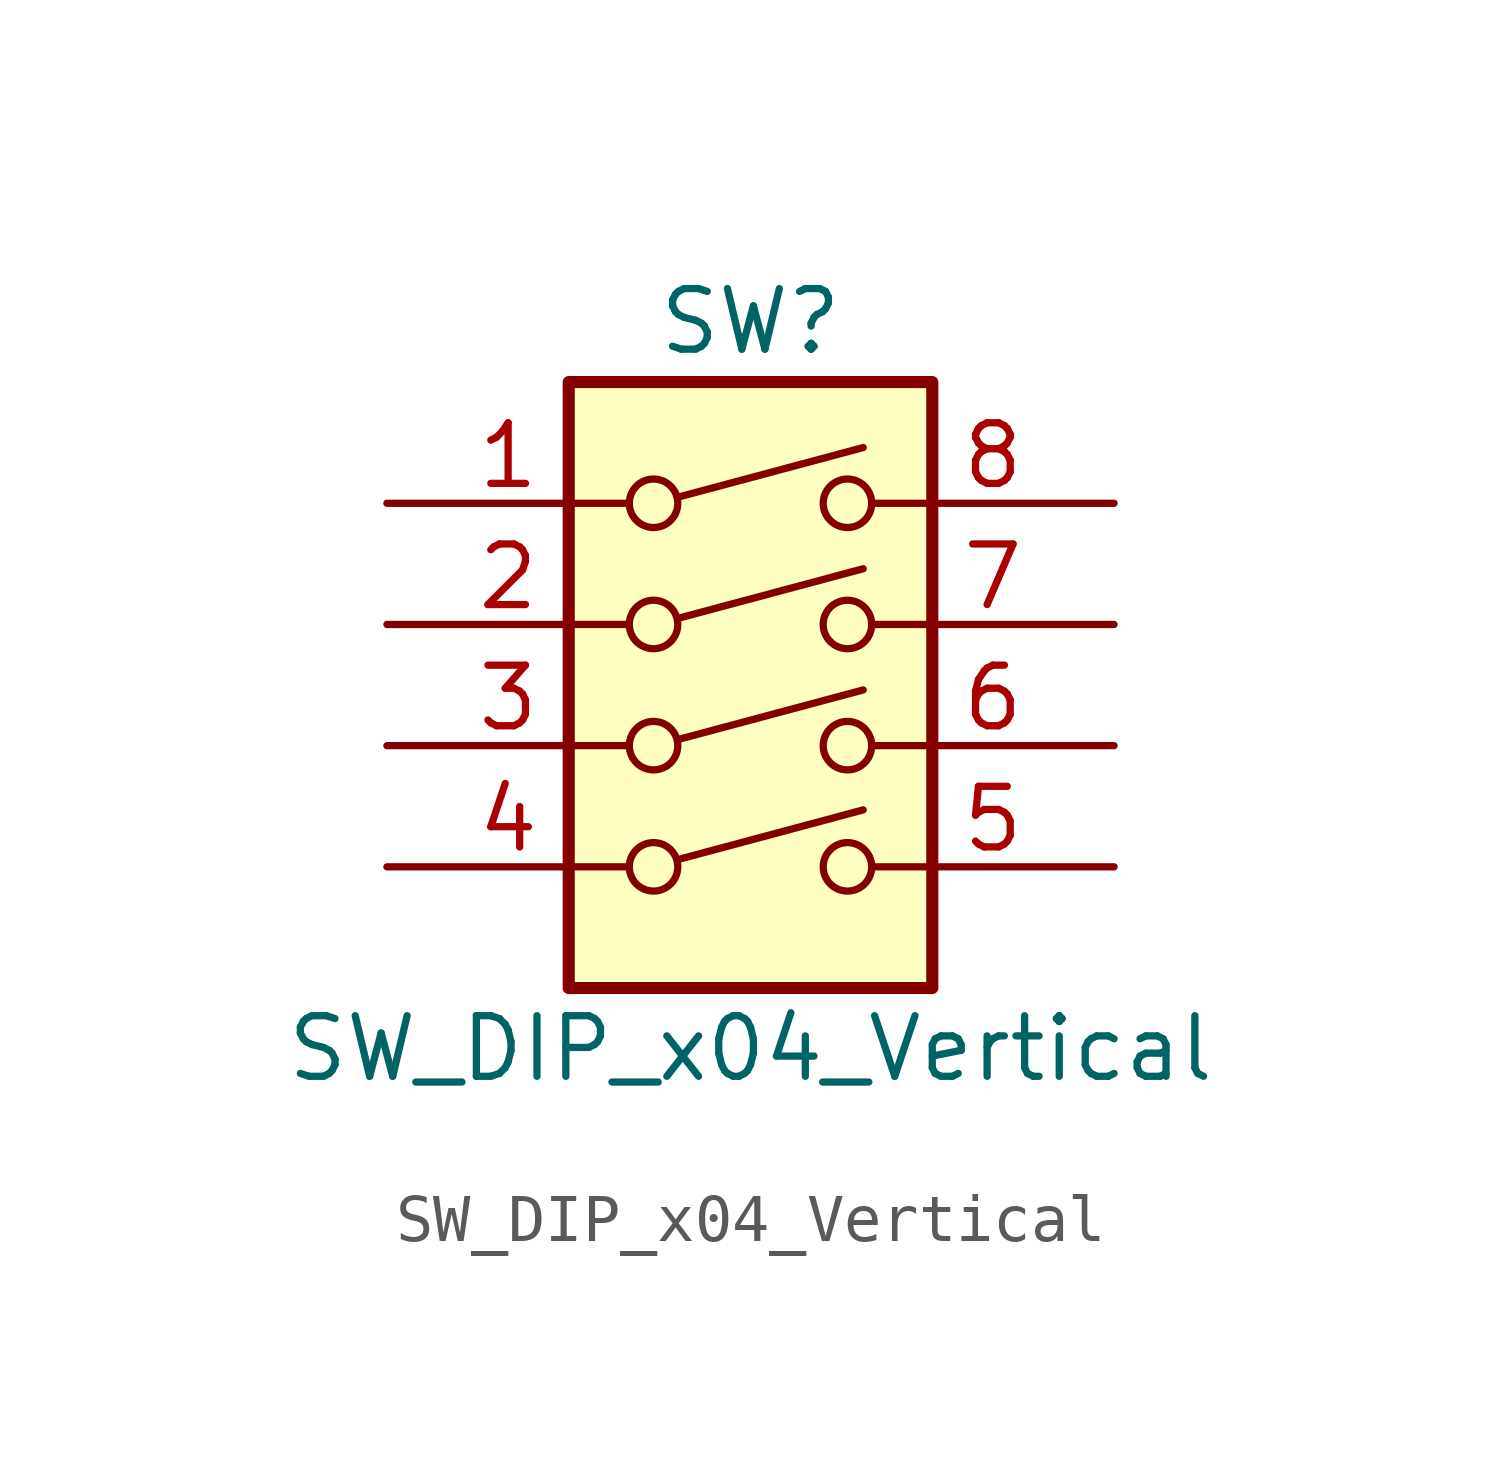
<source format=kicad_sym>
(kicad_symbol_lib
  (version 20220914)
  (generator kicad_symbol_editor)
  (symbol "SW_DIP_x04_Vertical"
    (pin_names
      (offset 0) hide)
    (property "Reference" "SW"
      (at 0 8.89 0)
      (effects (font (size 1.27 1.27))))
    (property "Value" "SW_DIP_x04_Vertical"
      (at 0 -6.35 0)
      (effects (font (size 1.27 1.27))))
    (symbol "SW_DIP_x04_Vertical_0_0"
      (circle (center -2.032 -2.54) (radius 0.508) (stroke (width 0) (type solid)) (fill (type none)))
      (circle (center -2.032 0) (radius 0.508) (stroke (width 0) (type solid)) (fill (type none)))
      (circle (center -2.032 2.54) (radius 0.508) (stroke (width 0) (type solid)) (fill (type none)))
      (circle (center -2.032 5.08) (radius 0.508) (stroke (width 0) (type solid)) (fill (type none)))
      (polyline (pts (xy -1.524 -2.388) (xy 2.362 -1.346)) (stroke (width 0) (type solid)) (fill (type none)))
      (polyline (pts (xy -1.524 0.127) (xy 2.362 1.168)) (stroke (width 0) (type solid)) (fill (type none)))
      (polyline (pts (xy -1.524 2.667) (xy 2.362 3.708)) (stroke (width 0) (type solid)) (fill (type none)))
      (polyline (pts (xy -1.524 5.207) (xy 2.362 6.248)) (stroke (width 0) (type solid)) (fill (type none)))
      (circle (center 2.032 -2.54) (radius 0.508) (stroke (width 0) (type solid)) (fill (type none)))
      (circle (center 2.032 0) (radius 0.508) (stroke (width 0) (type solid)) (fill (type none)))
      (circle (center 2.032 2.54) (radius 0.508) (stroke (width 0) (type solid)) (fill (type none)))
      (circle (center 2.032 5.08) (radius 0.508) (stroke (width 0) (type solid)) (fill (type none))))
    (symbol "SW_DIP_x04_Vertical_0_1"
      (rectangle (start -3.81 7.62) (end 3.81 -5.08) (stroke (width 0.254) (type solid)) (fill (type background))))
    (symbol "SW_DIP_x04_Vertical_1_1"
      (pin passive line (at -7.62 5.08 0) (length 5.08) (name "~" (effects (font (size 1.27 1.27)))) (number "1" (effects (font (size 1.27 1.27)))))
      (pin passive line (at -7.62 2.54 0) (length 5.08) (name "~" (effects (font (size 1.27 1.27)))) (number "2" (effects (font (size 1.27 1.27)))))
      (pin passive line (at -7.62 0 0) (length 5.08) (name "~" (effects (font (size 1.27 1.27)))) (number "3" (effects (font (size 1.27 1.27)))))
      (pin passive line (at -7.62 -2.54 0) (length 5.08) (name "~" (effects (font (size 1.27 1.27)))) (number "4" (effects (font (size 1.27 1.27)))))
      (pin passive line (at 7.62 -2.54 180) (length 5.08) (name "~" (effects (font (size 1.27 1.27)))) (number "5" (effects (font (size 1.27 1.27)))))
      (pin passive line (at 7.62 0 180) (length 5.08) (name "~" (effects (font (size 1.27 1.27)))) (number "6" (effects (font (size 1.27 1.27)))))
      (pin passive line (at 7.62 2.54 180) (length 5.08) (name "~" (effects (font (size 1.27 1.27)))) (number "7" (effects (font (size 1.27 1.27)))))
      (pin passive line (at 7.62 5.08 180) (length 5.08) (name "~" (effects (font (size 1.27 1.27)))) (number "8" (effects (font (size 1.27 1.27))))))))
</source>
